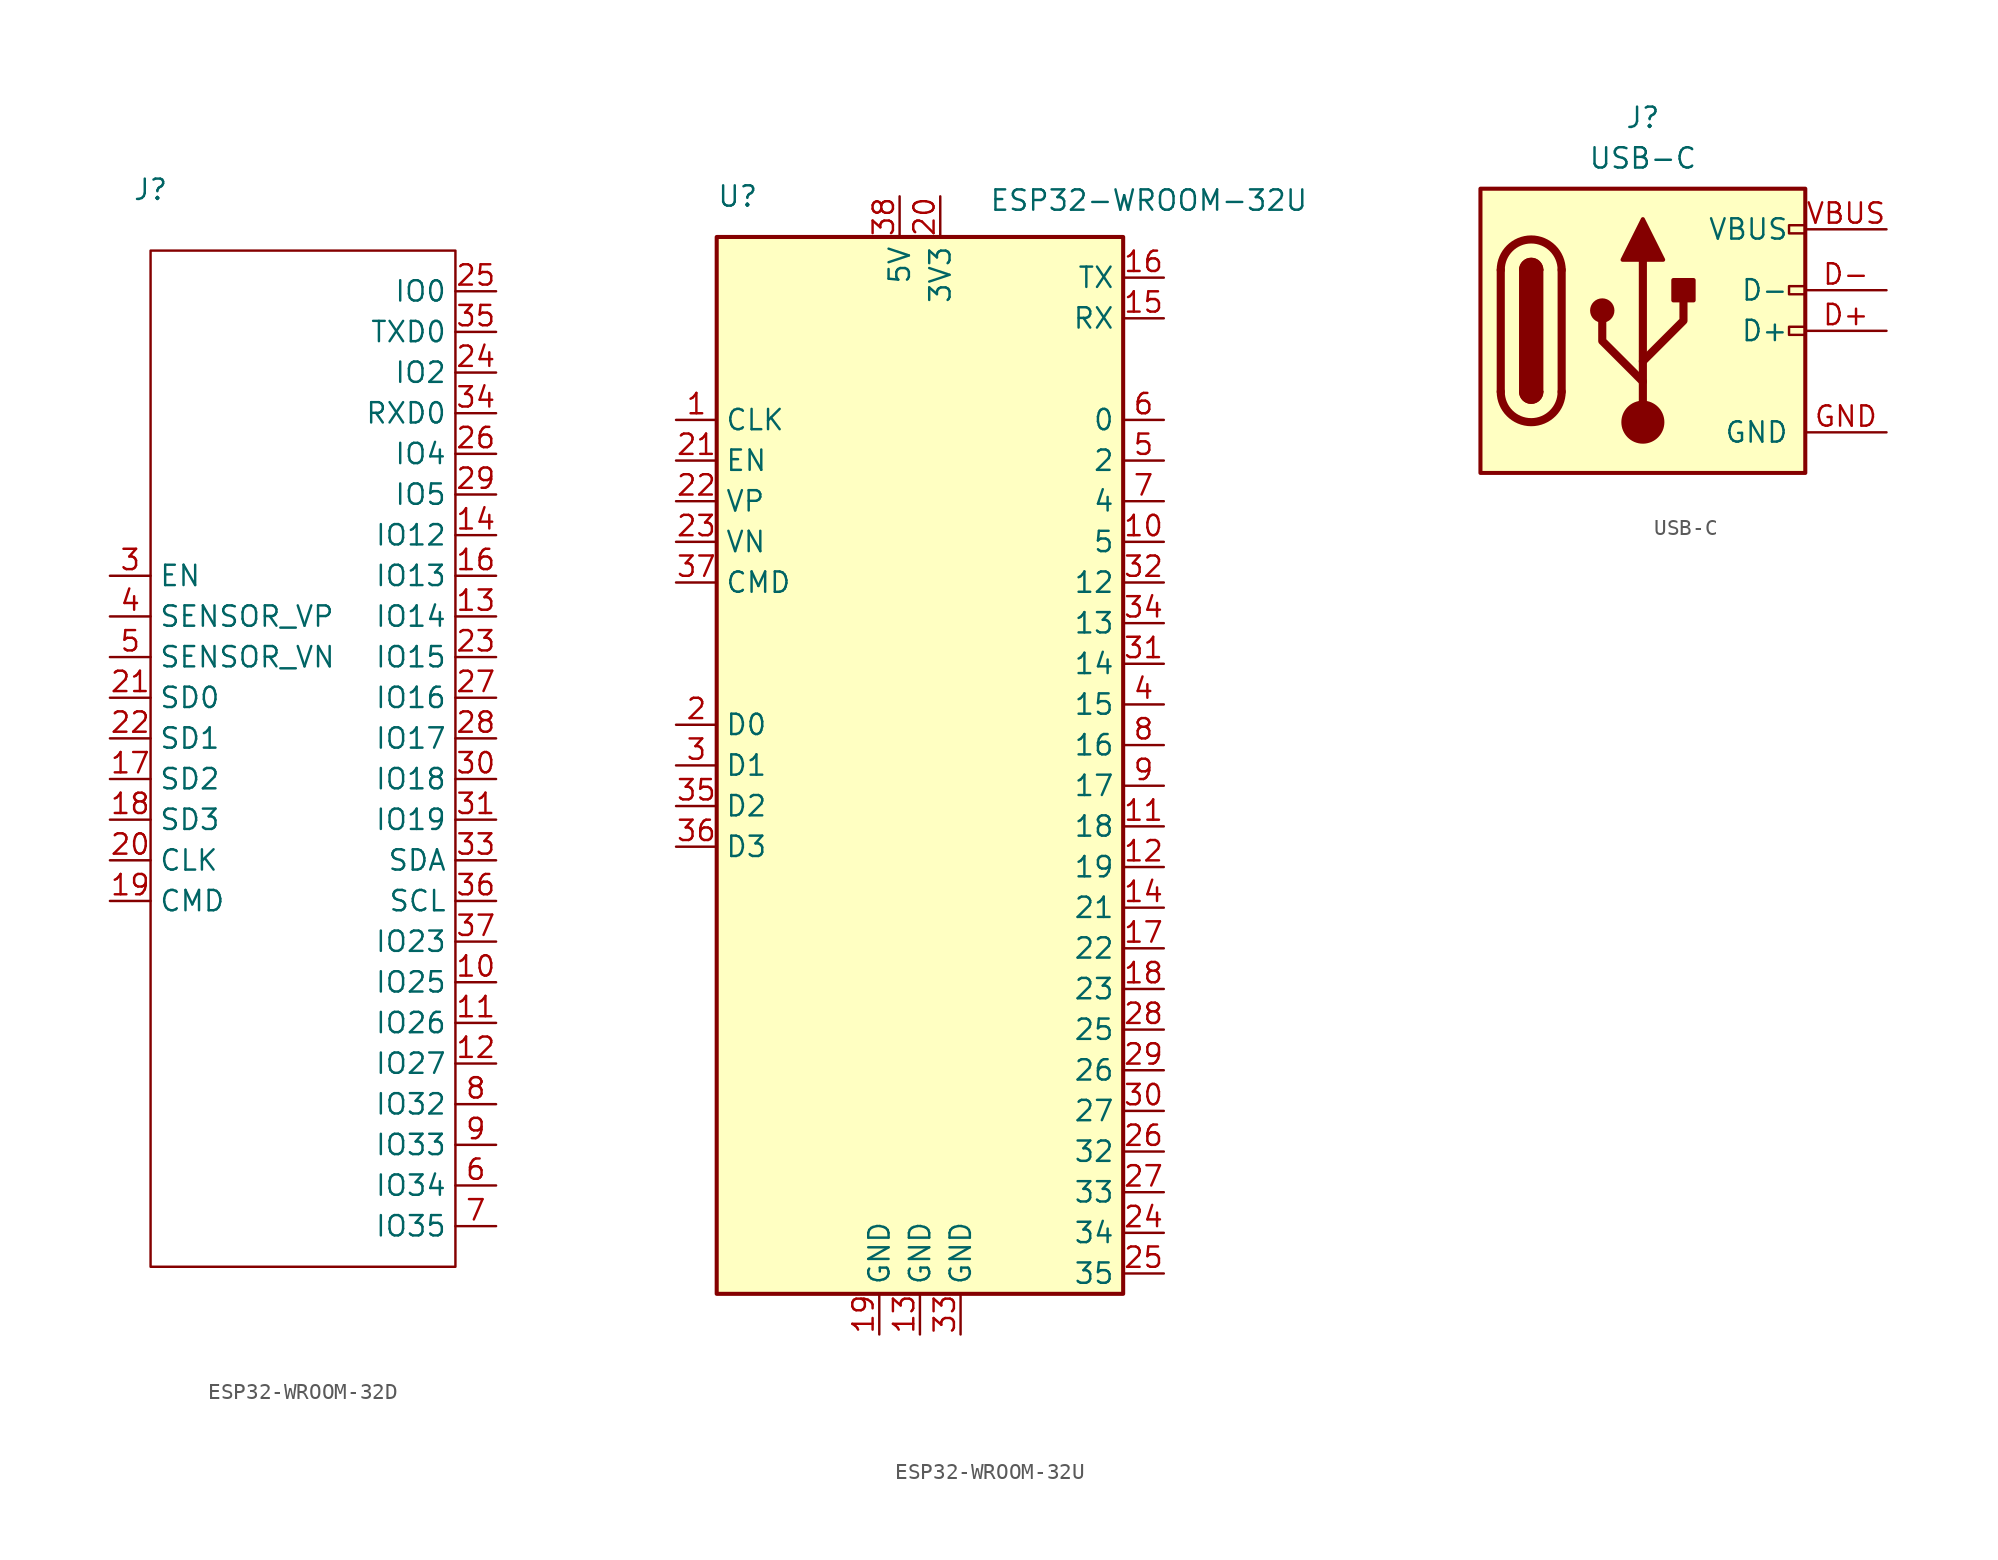
<source format=kicad_sym>
(kicad_symbol_lib
  (version 20231120)
  (generator "kicad_symbol_editor")
  (generator_version "8.0")
  (symbol "ESP32-WROOM-32D"
    (property "Reference" "J"
      (at 0 0 0)
      (effects (font (size 1.27 1.27))))
    (property "Value" ""
      (at 0 0 0)
      (effects (font (size 1.27 1.27))))
    (symbol "ESP32-WROOM-32D_0_1"
      (rectangle (start 19.05 -3.81) (end 0 -67.31) (stroke (width 0) (type default)) (fill (type none))))
    (symbol "ESP32-WROOM-32D_1_1"
      (pin bidirectional line (at 21.59 -49.53 180) (length 2.54) (name "IO25" (effects (font (size 1.27 1.27)))) (number "10" (effects (font (size 1.27 1.27)))))
      (pin bidirectional line (at 21.59 -52.07 180) (length 2.54) (name "IO26" (effects (font (size 1.27 1.27)))) (number "11" (effects (font (size 1.27 1.27)))))
      (pin bidirectional line (at 21.59 -54.61 180) (length 2.54) (name "IO27" (effects (font (size 1.27 1.27)))) (number "12" (effects (font (size 1.27 1.27)))))
      (pin bidirectional line (at 21.59 -26.67 180) (length 2.54) (name "IO14" (effects (font (size 1.27 1.27)))) (number "13" (effects (font (size 1.27 1.27)))))
      (pin bidirectional line (at 21.59 -21.59 180) (length 2.54) (name "IO12" (effects (font (size 1.27 1.27)))) (number "14" (effects (font (size 1.27 1.27)))))
      (pin bidirectional line (at 21.59 -24.13 180) (length 2.54) (name "IO13" (effects (font (size 1.27 1.27)))) (number "16" (effects (font (size 1.27 1.27)))))
      (pin input line (at -2.54 -36.83 0) (length 2.54) (name "SD2" (effects (font (size 1.27 1.27)))) (number "17" (effects (font (size 1.27 1.27)))))
      (pin input line (at -2.54 -39.37 0) (length 2.54) (name "SD3" (effects (font (size 1.27 1.27)))) (number "18" (effects (font (size 1.27 1.27)))))
      (pin input line (at -2.54 -44.45 0) (length 2.54) (name "CMD" (effects (font (size 1.27 1.27)))) (number "19" (effects (font (size 1.27 1.27)))))
      (pin input line (at -2.54 -41.91 0) (length 2.54) (name "CLK" (effects (font (size 1.27 1.27)))) (number "20" (effects (font (size 1.27 1.27)))))
      (pin input line (at -2.54 -31.75 0) (length 2.54) (name "SD0" (effects (font (size 1.27 1.27)))) (number "21" (effects (font (size 1.27 1.27)))))
      (pin input line (at -2.54 -34.29 0) (length 2.54) (name "SD1" (effects (font (size 1.27 1.27)))) (number "22" (effects (font (size 1.27 1.27)))))
      (pin bidirectional line (at 21.59 -29.21 180) (length 2.54) (name "IO15" (effects (font (size 1.27 1.27)))) (number "23" (effects (font (size 1.27 1.27)))))
      (pin bidirectional line (at 21.59 -11.43 180) (length 2.54) (name "IO2" (effects (font (size 1.27 1.27)))) (number "24" (effects (font (size 1.27 1.27)))))
      (pin bidirectional line (at 21.59 -6.35 180) (length 2.54) (name "IO0" (effects (font (size 1.27 1.27)))) (number "25" (effects (font (size 1.27 1.27)))))
      (pin bidirectional line (at 21.59 -16.51 180) (length 2.54) (name "IO4" (effects (font (size 1.27 1.27)))) (number "26" (effects (font (size 1.27 1.27)))))
      (pin bidirectional line (at 21.59 -31.75 180) (length 2.54) (name "IO16" (effects (font (size 1.27 1.27)))) (number "27" (effects (font (size 1.27 1.27)))))
      (pin bidirectional line (at 21.59 -34.29 180) (length 2.54) (name "IO17" (effects (font (size 1.27 1.27)))) (number "28" (effects (font (size 1.27 1.27)))))
      (pin bidirectional line (at 21.59 -19.05 180) (length 2.54) (name "IO5" (effects (font (size 1.27 1.27)))) (number "29" (effects (font (size 1.27 1.27)))))
      (pin input line (at -2.54 -24.13 0) (length 2.54) (name "EN" (effects (font (size 1.27 1.27)))) (number "3" (effects (font (size 1.27 1.27)))))
      (pin bidirectional line (at 21.59 -36.83 180) (length 2.54) (name "IO18" (effects (font (size 1.27 1.27)))) (number "30" (effects (font (size 1.27 1.27)))))
      (pin bidirectional line (at 21.59 -39.37 180) (length 2.54) (name "IO19" (effects (font (size 1.27 1.27)))) (number "31" (effects (font (size 1.27 1.27)))))
      (pin bidirectional line (at 21.59 -41.91 180) (length 2.54) (name "SDA" (effects (font (size 1.27 1.27)))) (number "33" (effects (font (size 1.27 1.27)))))
      (pin input line (at 21.59 -13.97 180) (length 2.54) (name "RXD0" (effects (font (size 1.27 1.27)))) (number "34" (effects (font (size 1.27 1.27)))))
      (pin output line (at 21.59 -8.89 180) (length 2.54) (name "TXD0" (effects (font (size 1.27 1.27)))) (number "35" (effects (font (size 1.27 1.27)))))
      (pin bidirectional line (at 21.59 -44.45 180) (length 2.54) (name "SCL" (effects (font (size 1.27 1.27)))) (number "36" (effects (font (size 1.27 1.27)))))
      (pin bidirectional line (at 21.59 -46.99 180) (length 2.54) (name "IO23" (effects (font (size 1.27 1.27)))) (number "37" (effects (font (size 1.27 1.27)))))
      (pin input line (at -2.54 -26.67 0) (length 2.54) (name "SENSOR_VP" (effects (font (size 1.27 1.27)))) (number "4" (effects (font (size 1.27 1.27)))))
      (pin input line (at -2.54 -29.21 0) (length 2.54) (name "SENSOR_VN" (effects (font (size 1.27 1.27)))) (number "5" (effects (font (size 1.27 1.27)))))
      (pin bidirectional line (at 21.59 -62.23 180) (length 2.54) (name "IO34" (effects (font (size 1.27 1.27)))) (number "6" (effects (font (size 1.27 1.27)))))
      (pin bidirectional line (at 21.59 -64.77 180) (length 2.54) (name "IO35" (effects (font (size 1.27 1.27)))) (number "7" (effects (font (size 1.27 1.27)))))
      (pin bidirectional line (at 21.59 -57.15 180) (length 2.54) (name "IO32" (effects (font (size 1.27 1.27)))) (number "8" (effects (font (size 1.27 1.27)))))
      (pin bidirectional line (at 21.59 -59.69 180) (length 2.54) (name "IO33" (effects (font (size 1.27 1.27)))) (number "9" (effects (font (size 1.27 1.27)))))))
  (symbol "ESP32-WROOM-32U"
    (property "Reference" "U"
      (at -12.7 34.29 0)
      (effects (font (size 1.27 1.27)) (justify left)))
    (property "Value" "ESP32-WROOM-32U"
      (at 4.318 34.036 0)
      (effects (font (size 1.27 1.27)) (justify left)))
    (symbol "ESP32-WROOM-32U_0_1"
      (rectangle (start -12.7 31.75) (end 12.7 -34.29) (stroke (width 0.254) (type default)) (fill (type background))))
    (symbol "ESP32-WROOM-32U_1_1"
      (pin bidirectional line (at -15.24 20.32 0) (length 2.54) (name "CLK" (effects (font (size 1.27 1.27)))) (number "1" (effects (font (size 1.27 1.27)))))
      (pin bidirectional line (at 15.24 12.7 180) (length 2.54) (name "5" (effects (font (size 1.27 1.27)))) (number "10" (effects (font (size 1.27 1.27)))))
      (pin bidirectional line (at 15.24 -5.08 180) (length 2.54) (name "18" (effects (font (size 1.27 1.27)))) (number "11" (effects (font (size 1.27 1.27)))))
      (pin bidirectional line (at 15.24 -7.62 180) (length 2.54) (name "19" (effects (font (size 1.27 1.27)))) (number "12" (effects (font (size 1.27 1.27)))))
      (pin power_out line (at 0 -36.83 90) (length 2.54) (name "GND" (effects (font (size 1.27 1.27)))) (number "13" (effects (font (size 1.27 1.27)))))
      (pin bidirectional line (at 15.24 -10.16 180) (length 2.54) (name "21" (effects (font (size 1.27 1.27)))) (number "14" (effects (font (size 1.27 1.27)))))
      (pin input line (at 15.24 26.67 180) (length 2.54) (name "RX" (effects (font (size 1.27 1.27)))) (number "15" (effects (font (size 1.27 1.27)))))
      (pin output line (at 15.24 29.21 180) (length 2.54) (name "TX" (effects (font (size 1.27 1.27)))) (number "16" (effects (font (size 1.27 1.27)))))
      (pin bidirectional line (at 15.24 -12.7 180) (length 2.54) (name "22" (effects (font (size 1.27 1.27)))) (number "17" (effects (font (size 1.27 1.27)))))
      (pin bidirectional line (at 15.24 -15.24 180) (length 2.54) (name "23" (effects (font (size 1.27 1.27)))) (number "18" (effects (font (size 1.27 1.27)))))
      (pin power_out line (at -2.54 -36.83 90) (length 2.54) (name "GND" (effects (font (size 1.27 1.27)))) (number "19" (effects (font (size 1.27 1.27)))))
      (pin bidirectional line (at -15.24 1.27 0) (length 2.54) (name "D0" (effects (font (size 1.27 1.27)))) (number "2" (effects (font (size 1.27 1.27)))))
      (pin power_in line (at 1.27 34.29 270) (length 2.54) (name "3V3" (effects (font (size 1.27 1.27)))) (number "20" (effects (font (size 1.27 1.27)))))
      (pin bidirectional line (at -15.24 17.78 0) (length 2.54) (name "EN" (effects (font (size 1.27 1.27)))) (number "21" (effects (font (size 1.27 1.27)))))
      (pin bidirectional line (at -15.24 15.24 0) (length 2.54) (name "VP" (effects (font (size 1.27 1.27)))) (number "22" (effects (font (size 1.27 1.27)))))
      (pin bidirectional line (at -15.24 12.7 0) (length 2.54) (name "VN" (effects (font (size 1.27 1.27)))) (number "23" (effects (font (size 1.27 1.27)))))
      (pin bidirectional line (at 15.24 -30.48 180) (length 2.54) (name "34" (effects (font (size 1.27 1.27)))) (number "24" (effects (font (size 1.27 1.27)))))
      (pin bidirectional line (at 15.24 -33.02 180) (length 2.54) (name "35" (effects (font (size 1.27 1.27)))) (number "25" (effects (font (size 1.27 1.27)))))
      (pin bidirectional line (at 15.24 -25.4 180) (length 2.54) (name "32" (effects (font (size 1.27 1.27)))) (number "26" (effects (font (size 1.27 1.27)))))
      (pin bidirectional line (at 15.24 -27.94 180) (length 2.54) (name "33" (effects (font (size 1.27 1.27)))) (number "27" (effects (font (size 1.27 1.27)))))
      (pin bidirectional line (at 15.24 -17.78 180) (length 2.54) (name "25" (effects (font (size 1.27 1.27)))) (number "28" (effects (font (size 1.27 1.27)))))
      (pin bidirectional line (at 15.24 -20.32 180) (length 2.54) (name "26" (effects (font (size 1.27 1.27)))) (number "29" (effects (font (size 1.27 1.27)))))
      (pin bidirectional line (at -15.24 -1.27 0) (length 2.54) (name "D1" (effects (font (size 1.27 1.27)))) (number "3" (effects (font (size 1.27 1.27)))))
      (pin bidirectional line (at 15.24 -22.86 180) (length 2.54) (name "27" (effects (font (size 1.27 1.27)))) (number "30" (effects (font (size 1.27 1.27)))))
      (pin bidirectional line (at 15.24 5.08 180) (length 2.54) (name "14" (effects (font (size 1.27 1.27)))) (number "31" (effects (font (size 1.27 1.27)))))
      (pin bidirectional line (at 15.24 10.16 180) (length 2.54) (name "12" (effects (font (size 1.27 1.27)))) (number "32" (effects (font (size 1.27 1.27)))))
      (pin power_out line (at 2.54 -36.83 90) (length 2.54) (name "GND" (effects (font (size 1.27 1.27)))) (number "33" (effects (font (size 1.27 1.27)))))
      (pin bidirectional line (at 15.24 7.62 180) (length 2.54) (name "13" (effects (font (size 1.27 1.27)))) (number "34" (effects (font (size 1.27 1.27)))))
      (pin bidirectional line (at -15.24 -3.81 0) (length 2.54) (name "D2" (effects (font (size 1.27 1.27)))) (number "35" (effects (font (size 1.27 1.27)))))
      (pin bidirectional line (at -15.24 -6.35 0) (length 2.54) (name "D3" (effects (font (size 1.27 1.27)))) (number "36" (effects (font (size 1.27 1.27)))))
      (pin bidirectional line (at -15.24 10.16 0) (length 2.54) (name "CMD" (effects (font (size 1.27 1.27)))) (number "37" (effects (font (size 1.27 1.27)))))
      (pin power_in line (at -1.27 34.29 270) (length 2.54) (name "5V" (effects (font (size 1.27 1.27)))) (number "38" (effects (font (size 1.27 1.27)))))
      (pin bidirectional line (at 15.24 2.54 180) (length 2.54) (name "15" (effects (font (size 1.27 1.27)))) (number "4" (effects (font (size 1.27 1.27)))))
      (pin bidirectional line (at 15.24 17.78 180) (length 2.54) (name "2" (effects (font (size 1.27 1.27)))) (number "5" (effects (font (size 1.27 1.27)))))
      (pin bidirectional line (at 15.24 20.32 180) (length 2.54) (name "0" (effects (font (size 1.27 1.27)))) (number "6" (effects (font (size 1.27 1.27)))))
      (pin bidirectional line (at 15.24 15.24 180) (length 2.54) (name "4" (effects (font (size 1.27 1.27)))) (number "7" (effects (font (size 1.27 1.27)))))
      (pin bidirectional line (at 15.24 0 180) (length 2.54) (name "16" (effects (font (size 1.27 1.27)))) (number "8" (effects (font (size 1.27 1.27)))))
      (pin bidirectional line (at 15.24 -2.54 180) (length 2.54) (name "17" (effects (font (size 1.27 1.27)))) (number "9" (effects (font (size 1.27 1.27)))))))
  (symbol "USB-C"
    (pin_names
      (offset 1.016))
    (property "Reference" "J"
      (at 0 22.225 0)
      (effects (font (size 1.27 1.27))))
    (property "Value" "USB-C"
      (at 0 19.685 0)
      (effects (font (size 1.27 1.27))))
    (symbol "USB-C_0_0"
      (rectangle (start 10.16 9.144) (end 9.144 8.636) (stroke (width 0) (type default)) (fill (type none)))
      (rectangle (start 10.16 11.684) (end 9.144 11.176) (stroke (width 0) (type default)) (fill (type none)))
      (rectangle (start 10.16 15.494) (end 9.144 14.986) (stroke (width 0) (type default)) (fill (type none))))
    (symbol "USB-C_0_1"
      (rectangle (start -10.16 17.78) (end 10.16 0) (stroke (width 0.254) (type default)) (fill (type background)))
      (arc (start -8.89 5.08) (mid -6.985 3.1833) (end -5.08 5.08) (stroke (width 0.508) (type default)) (fill (type none)))
      (arc (start -7.62 5.08) (mid -6.985 4.4477) (end -6.35 5.08) (stroke (width 0.254) (type default)) (fill (type none)))
      (arc (start -7.62 5.08) (mid -6.985 4.4477) (end -6.35 5.08) (stroke (width 0.254) (type default)) (fill (type outline)))
      (rectangle (start -7.62 12.7) (end -6.35 5.08) (stroke (width 0.254) (type default)) (fill (type outline)))
      (arc (start -6.35 12.7) (mid -6.985 13.3323) (end -7.62 12.7) (stroke (width 0.254) (type default)) (fill (type none)))
      (arc (start -6.35 12.7) (mid -6.985 13.3323) (end -7.62 12.7) (stroke (width 0.254) (type default)) (fill (type outline)))
      (arc (start -5.08 12.7) (mid -6.985 14.5967) (end -8.89 12.7) (stroke (width 0.508) (type default)) (fill (type none)))
      (circle (center -2.54 10.16) (radius 0.635) (stroke (width 0.254) (type default)) (fill (type outline)))
      (polyline (pts (xy -8.89 5.08) (xy -8.89 12.7)) (stroke (width 0.508) (type default)) (fill (type none)))
      (polyline (pts (xy -5.08 12.7) (xy -5.08 5.08)) (stroke (width 0.508) (type default)) (fill (type none)))
      (polyline (pts (xy 0 3.175) (xy 0 13.335)) (stroke (width 0.508) (type default)) (fill (type none)))
      (polyline (pts (xy 0 5.715) (xy -2.54 8.255) (xy -2.54 9.525)) (stroke (width 0.508) (type default)) (fill (type none)))
      (polyline (pts (xy 0 6.985) (xy 2.54 9.525) (xy 2.54 10.795)) (stroke (width 0.508) (type default)) (fill (type none)))
      (polyline (pts (xy -1.27 13.335) (xy 0 15.875) (xy 1.27 13.335) (xy -1.27 13.335)) (stroke (width 0.254) (type default)) (fill (type outline)))
      (circle (center 0 3.175) (radius 1.27) (stroke (width 0) (type default)) (fill (type outline)))
      (rectangle (start 1.905 10.795) (end 3.175 12.065) (stroke (width 0.254) (type default)) (fill (type outline))))
    (symbol "USB-C_1_1"
      (pin passive line (at 15.24 15.24 180) (length 5.08) hide (name "VBUS" (effects (font (size 1.27 1.27)))) (number "A9" (effects (font (size 1.27 1.27)))))
      (pin passive line (at 15.24 15.24 180) (length 5.08) hide (name "VBUS" (effects (font (size 1.27 1.27)))) (number "B4" (effects (font (size 1.27 1.27)))))
      (pin passive line (at 15.24 15.24 180) (length 5.08) hide (name "VBUS" (effects (font (size 1.27 1.27)))) (number "B9" (effects (font (size 1.27 1.27)))))
      (pin bidirectional line (at 15.24 8.89 180) (length 5.08) (name "D+" (effects (font (size 1.27 1.27)))) (number "D+" (effects (font (size 1.27 1.27)))))
      (pin bidirectional line (at 15.24 11.43 180) (length 5.08) (name "D-" (effects (font (size 1.27 1.27)))) (number "D-" (effects (font (size 1.27 1.27)))))
      (pin passive line (at 15.24 2.54 180) (length 5.08) (name "GND" (effects (font (size 1.27 1.27)))) (number "GND" (effects (font (size 1.27 1.27)))))
      (pin passive line (at 15.24 15.24 180) (length 5.08) (name "VBUS" (effects (font (size 1.27 1.27)))) (number "VBUS" (effects (font (size 1.27 1.27))))))))
</source>
